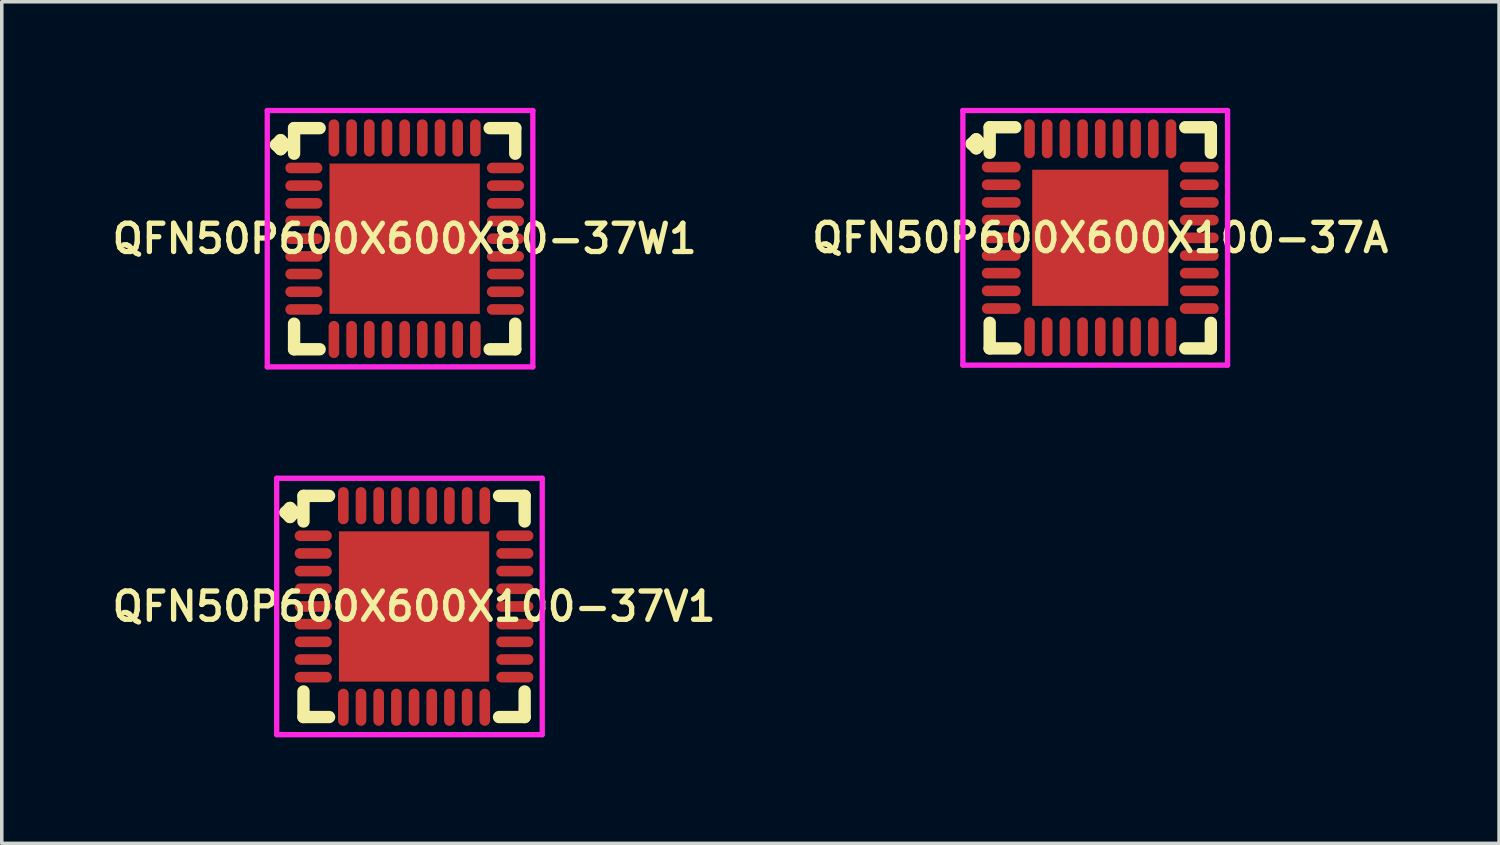
<source format=kicad_pcb>
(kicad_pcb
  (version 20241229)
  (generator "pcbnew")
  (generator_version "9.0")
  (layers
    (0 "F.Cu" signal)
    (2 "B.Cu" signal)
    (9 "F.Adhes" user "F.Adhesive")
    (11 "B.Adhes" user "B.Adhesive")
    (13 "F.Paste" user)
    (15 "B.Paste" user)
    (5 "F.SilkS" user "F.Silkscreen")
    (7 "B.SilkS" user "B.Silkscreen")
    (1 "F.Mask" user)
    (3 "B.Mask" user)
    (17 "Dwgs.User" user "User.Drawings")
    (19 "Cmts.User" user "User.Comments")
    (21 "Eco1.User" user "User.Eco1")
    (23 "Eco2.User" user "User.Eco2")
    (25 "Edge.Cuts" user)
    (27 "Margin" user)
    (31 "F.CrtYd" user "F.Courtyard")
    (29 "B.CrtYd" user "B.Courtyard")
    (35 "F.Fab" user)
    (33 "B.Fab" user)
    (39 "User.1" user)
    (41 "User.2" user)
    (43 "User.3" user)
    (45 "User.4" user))
  (footprint "QFN50P600X600X100-37V1"
    (layer "F.Cu")
    (at 8.659 14.1)
    (property "Reference" "QFN50P600X600X100-37V1" (at 0 0 0) (layer "F.SilkS") (effects (font (size 0.8 0.8) (thickness 0.15))))
    (attr smd)
    (fp_line (start -3.635 -2.658) (end -3.508 -2.785) (stroke (width 0.35) (type solid)) (layer "F.SilkS"))
    (fp_line (start -3.508 -2.785) (end -3.381 -2.658) (stroke (width 0.35) (type solid)) (layer "F.SilkS"))
    (fp_line (start -3.508 -2.531) (end -3.635 -2.658) (stroke (width 0.35) (type solid)) (layer "F.SilkS"))
    (fp_line (start -3.381 -2.658) (end -3.508 -2.531) (stroke (width 0.35) (type solid)) (layer "F.SilkS"))
    (fp_line (start -3.127 -3.127) (end -2.404 -3.127) (stroke (width 0.35) (type solid)) (layer "F.SilkS"))
    (fp_line (start -3.127 -2.404) (end -3.127 -3.127) (stroke (width 0.35) (type solid)) (layer "F.SilkS"))
    (fp_line (start -3.127 2.404) (end -3.127 3.127) (stroke (width 0.35) (type solid)) (layer "F.SilkS"))
    (fp_line (start -3.127 3.127) (end -2.404 3.127) (stroke (width 0.35) (type solid)) (layer "F.SilkS"))
    (fp_line (start 2.404 -3.127) (end 3.127 -3.127) (stroke (width 0.35) (type solid)) (layer "F.SilkS"))
    (fp_line (start 2.404 3.127) (end 3.127 3.127) (stroke (width 0.35) (type solid)) (layer "F.SilkS"))
    (fp_line (start 3.127 -3.127) (end 3.127 -2.404) (stroke (width 0.35) (type solid)) (layer "F.SilkS"))
    (fp_line (start 3.127 3.127) (end 3.127 2.404) (stroke (width 0.35) (type solid)) (layer "F.SilkS"))
    (fp_line (start -3.885 -3.625) (end 3.625 -3.625) (stroke (width 0.15) (type solid)) (layer "F.CrtYd"))
    (fp_line (start -3.885 3.625) (end -3.885 -3.625) (stroke (width 0.15) (type solid)) (layer "F.CrtYd"))
    (fp_line (start 3.625 -3.625) (end 3.625 3.625) (stroke (width 0.15) (type solid)) (layer "F.CrtYd"))
    (fp_line (start 3.625 3.625) (end -3.885 3.625) (stroke (width 0.15) (type solid)) (layer "F.CrtYd"))
    (pad "1" smd oval (at -2.85 -2) (size 1.05 0.3) (layers "F.Cu" "F.Mask" "F.Paste"))
    (pad "2" smd oval (at -2.85 -1.5) (size 1.05 0.3) (layers "F.Cu" "F.Mask" "F.Paste"))
    (pad "3" smd oval (at -2.85 -1) (size 1.05 0.3) (layers "F.Cu" "F.Mask" "F.Paste"))
    (pad "4" smd oval (at -2.85 -0.5) (size 1.05 0.3) (layers "F.Cu" "F.Mask" "F.Paste"))
    (pad "5" smd oval (at -2.85 0) (size 1.05 0.3) (layers "F.Cu" "F.Mask" "F.Paste"))
    (pad "6" smd oval (at -2.85 0.5) (size 1.05 0.3) (layers "F.Cu" "F.Mask" "F.Paste"))
    (pad "7" smd oval (at -2.85 1) (size 1.05 0.3) (layers "F.Cu" "F.Mask" "F.Paste"))
    (pad "8" smd oval (at -2.85 1.5) (size 1.05 0.3) (layers "F.Cu" "F.Mask" "F.Paste"))
    (pad "9" smd oval (at -2.85 2) (size 1.05 0.3) (layers "F.Cu" "F.Mask" "F.Paste"))
    (pad "10" smd oval (at -2 2.85) (size 0.3 1.05) (layers "F.Cu" "F.Mask" "F.Paste"))
    (pad "11" smd oval (at -1.5 2.85) (size 0.3 1.05) (layers "F.Cu" "F.Mask" "F.Paste"))
    (pad "12" smd oval (at -1 2.85) (size 0.3 1.05) (layers "F.Cu" "F.Mask" "F.Paste"))
    (pad "13" smd oval (at -0.5 2.85) (size 0.3 1.05) (layers "F.Cu" "F.Mask" "F.Paste"))
    (pad "14" smd oval (at 0 2.85) (size 0.3 1.05) (layers "F.Cu" "F.Mask" "F.Paste"))
    (pad "15" smd oval (at 0.5 2.85) (size 0.3 1.05) (layers "F.Cu" "F.Mask" "F.Paste"))
    (pad "16" smd oval (at 1 2.85) (size 0.3 1.05) (layers "F.Cu" "F.Mask" "F.Paste"))
    (pad "17" smd oval (at 1.5 2.85) (size 0.3 1.05) (layers "F.Cu" "F.Mask" "F.Paste"))
    (pad "18" smd oval (at 2 2.85) (size 0.3 1.05) (layers "F.Cu" "F.Mask" "F.Paste"))
    (pad "19" smd oval (at 2.85 2) (size 1.05 0.3) (layers "F.Cu" "F.Mask" "F.Paste"))
    (pad "20" smd oval (at 2.85 1.5) (size 1.05 0.3) (layers "F.Cu" "F.Mask" "F.Paste"))
    (pad "21" smd oval (at 2.85 1) (size 1.05 0.3) (layers "F.Cu" "F.Mask" "F.Paste"))
    (pad "22" smd oval (at 2.85 0.5) (size 1.05 0.3) (layers "F.Cu" "F.Mask" "F.Paste"))
    (pad "23" smd oval (at 2.85 0) (size 1.05 0.3) (layers "F.Cu" "F.Mask" "F.Paste"))
    (pad "24" smd oval (at 2.85 -0.5) (size 1.05 0.3) (layers "F.Cu" "F.Mask" "F.Paste"))
    (pad "25" smd oval (at 2.85 -1) (size 1.05 0.3) (layers "F.Cu" "F.Mask" "F.Paste"))
    (pad "26" smd oval (at 2.85 -1.5) (size 1.05 0.3) (layers "F.Cu" "F.Mask" "F.Paste"))
    (pad "27" smd oval (at 2.85 -2) (size 1.05 0.3) (layers "F.Cu" "F.Mask" "F.Paste"))
    (pad "28" smd oval (at 2 -2.85) (size 0.3 1.05) (layers "F.Cu" "F.Mask" "F.Paste"))
    (pad "29" smd oval (at 1.5 -2.85) (size 0.3 1.05) (layers "F.Cu" "F.Mask" "F.Paste"))
    (pad "30" smd oval (at 1 -2.85) (size 0.3 1.05) (layers "F.Cu" "F.Mask" "F.Paste"))
    (pad "31" smd oval (at 0.5 -2.85) (size 0.3 1.05) (layers "F.Cu" "F.Mask" "F.Paste"))
    (pad "32" smd oval (at 0 -2.85) (size 0.3 1.05) (layers "F.Cu" "F.Mask" "F.Paste"))
    (pad "33" smd oval (at -0.5 -2.85) (size 0.3 1.05) (layers "F.Cu" "F.Mask" "F.Paste"))
    (pad "34" smd oval (at -1 -2.85) (size 0.3 1.05) (layers "F.Cu" "F.Mask" "F.Paste"))
    (pad "35" smd oval (at -1.5 -2.85) (size 0.3 1.05) (layers "F.Cu" "F.Mask" "F.Paste"))
    (pad "36" smd oval (at -2 -2.85) (size 0.3 1.05) (layers "F.Cu" "F.Mask" "F.Paste"))
    (pad "37" smd rect (at 0 0) (size 4.25 4.25) (layers "F.Cu" "F.Mask" "F.Paste")))
  (footprint "QFN50P600X600X80-37W1"
    (layer "F.Cu")
    (at 8.393 3.7)
    (property "Reference" "QFN50P600X600X80-37W1" (at 0 0 0) (layer "F.SilkS") (effects (font (size 0.8 0.8) (thickness 0.15))))
    (attr through_hole)
    (fp_line (start -3.635 -2.658) (end -3.508 -2.785) (stroke (width 0.35) (type solid)) (layer "F.SilkS"))
    (fp_line (start -3.508 -2.785) (end -3.381 -2.658) (stroke (width 0.35) (type solid)) (layer "F.SilkS"))
    (fp_line (start -3.508 -2.531) (end -3.635 -2.658) (stroke (width 0.35) (type solid)) (layer "F.SilkS"))
    (fp_line (start -3.381 -2.658) (end -3.508 -2.531) (stroke (width 0.35) (type solid)) (layer "F.SilkS"))
    (fp_line (start -3.127 -3.127) (end -2.404 -3.127) (stroke (width 0.35) (type solid)) (layer "F.SilkS"))
    (fp_line (start -3.127 -2.404) (end -3.127 -3.127) (stroke (width 0.35) (type solid)) (layer "F.SilkS"))
    (fp_line (start -3.127 2.404) (end -3.127 3.127) (stroke (width 0.35) (type solid)) (layer "F.SilkS"))
    (fp_line (start -3.127 3.127) (end -2.404 3.127) (stroke (width 0.35) (type solid)) (layer "F.SilkS"))
    (fp_line (start 2.404 -3.127) (end 3.127 -3.127) (stroke (width 0.35) (type solid)) (layer "F.SilkS"))
    (fp_line (start 2.404 3.127) (end 3.127 3.127) (stroke (width 0.35) (type solid)) (layer "F.SilkS"))
    (fp_line (start 3.127 -3.127) (end 3.127 -2.404) (stroke (width 0.35) (type solid)) (layer "F.SilkS"))
    (fp_line (start 3.127 3.127) (end 3.127 2.404) (stroke (width 0.35) (type solid)) (layer "F.SilkS"))
    (fp_line (start -3.885 -3.625) (end 3.625 -3.625) (stroke (width 0.15) (type solid)) (layer "F.CrtYd"))
    (fp_line (start -3.885 3.625) (end -3.885 -3.625) (stroke (width 0.15) (type solid)) (layer "F.CrtYd"))
    (fp_line (start 3.625 -3.625) (end 3.625 3.625) (stroke (width 0.15) (type solid)) (layer "F.CrtYd"))
    (fp_line (start 3.625 3.625) (end -3.885 3.625) (stroke (width 0.15) (type solid)) (layer "F.CrtYd"))
    (pad "1" smd oval (at -2.85 -2) (size 1.05 0.3) (layers "F.Cu" "F.Mask" "F.Paste"))
    (pad "2" smd oval (at -2.85 -1.5) (size 1.05 0.3) (layers "F.Cu" "F.Mask" "F.Paste"))
    (pad "3" smd oval (at -2.85 -1) (size 1.05 0.3) (layers "F.Cu" "F.Mask" "F.Paste"))
    (pad "4" smd oval (at -2.85 -0.5) (size 1.05 0.3) (layers "F.Cu" "F.Mask" "F.Paste"))
    (pad "5" smd oval (at -2.85 0) (size 1.05 0.3) (layers "F.Cu" "F.Mask" "F.Paste"))
    (pad "6" smd oval (at -2.85 0.5) (size 1.05 0.3) (layers "F.Cu" "F.Mask" "F.Paste"))
    (pad "7" smd oval (at -2.85 1) (size 1.05 0.3) (layers "F.Cu" "F.Mask" "F.Paste"))
    (pad "8" smd oval (at -2.85 1.5) (size 1.05 0.3) (layers "F.Cu" "F.Mask" "F.Paste"))
    (pad "9" smd oval (at -2.85 2) (size 1.05 0.3) (layers "F.Cu" "F.Mask" "F.Paste"))
    (pad "10" smd oval (at -2 2.85) (size 0.3 1.05) (layers "F.Cu" "F.Mask" "F.Paste"))
    (pad "11" smd oval (at -1.5 2.85) (size 0.3 1.05) (layers "F.Cu" "F.Mask" "F.Paste"))
    (pad "12" smd oval (at -1 2.85) (size 0.3 1.05) (layers "F.Cu" "F.Mask" "F.Paste"))
    (pad "13" smd oval (at -0.5 2.85) (size 0.3 1.05) (layers "F.Cu" "F.Mask" "F.Paste"))
    (pad "14" smd oval (at 0 2.85) (size 0.3 1.05) (layers "F.Cu" "F.Mask" "F.Paste"))
    (pad "15" smd oval (at 0.5 2.85) (size 0.3 1.05) (layers "F.Cu" "F.Mask" "F.Paste"))
    (pad "16" smd oval (at 1 2.85) (size 0.3 1.05) (layers "F.Cu" "F.Mask" "F.Paste"))
    (pad "17" smd oval (at 1.5 2.85) (size 0.3 1.05) (layers "F.Cu" "F.Mask" "F.Paste"))
    (pad "18" smd oval (at 2 2.85) (size 0.3 1.05) (layers "F.Cu" "F.Mask" "F.Paste"))
    (pad "19" smd oval (at 2.85 2) (size 1.05 0.3) (layers "F.Cu" "F.Mask" "F.Paste"))
    (pad "20" smd oval (at 2.85 1.5) (size 1.05 0.3) (layers "F.Cu" "F.Mask" "F.Paste"))
    (pad "21" smd oval (at 2.85 1) (size 1.05 0.3) (layers "F.Cu" "F.Mask" "F.Paste"))
    (pad "22" smd oval (at 2.85 0.5) (size 1.05 0.3) (layers "F.Cu" "F.Mask" "F.Paste"))
    (pad "23" smd oval (at 2.85 0) (size 1.05 0.3) (layers "F.Cu" "F.Mask" "F.Paste"))
    (pad "24" smd oval (at 2.85 -0.5) (size 1.05 0.3) (layers "F.Cu" "F.Mask" "F.Paste"))
    (pad "25" smd oval (at 2.85 -1) (size 1.05 0.3) (layers "F.Cu" "F.Mask" "F.Paste"))
    (pad "26" smd oval (at 2.85 -1.5) (size 1.05 0.3) (layers "F.Cu" "F.Mask" "F.Paste"))
    (pad "27" smd oval (at 2.85 -2) (size 1.05 0.3) (layers "F.Cu" "F.Mask" "F.Paste"))
    (pad "28" smd oval (at 2 -2.85) (size 0.3 1.05) (layers "F.Cu" "F.Mask" "F.Paste"))
    (pad "29" smd oval (at 1.5 -2.85) (size 0.3 1.05) (layers "F.Cu" "F.Mask" "F.Paste"))
    (pad "30" smd oval (at 1 -2.85) (size 0.3 1.05) (layers "F.Cu" "F.Mask" "F.Paste"))
    (pad "31" smd oval (at 0.5 -2.85) (size 0.3 1.05) (layers "F.Cu" "F.Mask" "F.Paste"))
    (pad "32" smd oval (at 0 -2.85) (size 0.3 1.05) (layers "F.Cu" "F.Mask" "F.Paste"))
    (pad "33" smd oval (at -0.5 -2.85) (size 0.3 1.05) (layers "F.Cu" "F.Mask" "F.Paste"))
    (pad "34" smd oval (at -1 -2.85) (size 0.3 1.05) (layers "F.Cu" "F.Mask" "F.Paste"))
    (pad "35" smd oval (at -1.5 -2.85) (size 0.3 1.05) (layers "F.Cu" "F.Mask" "F.Paste"))
    (pad "36" smd oval (at -2 -2.85) (size 0.3 1.05) (layers "F.Cu" "F.Mask" "F.Paste"))
    (pad "37" smd rect (at 0 0) (size 4.25 4.25) (layers "F.Cu" "F.Mask" "F.Paste")))
  (footprint "QFN50P600X600X100-37A"
    (layer "F.Cu")
    (at 28.064 3.675)
    (property "Reference" "QFN50P600X600X100-37A" (at 0 0 0) (layer "F.SilkS") (effects (font (size 0.8 0.8) (thickness 0.15))))
    (attr smd)
    (fp_line (start -3.635 -2.658) (end -3.508 -2.785) (stroke (width 0.35) (type solid)) (layer "F.SilkS"))
    (fp_line (start -3.508 -2.785) (end -3.381 -2.658) (stroke (width 0.35) (type solid)) (layer "F.SilkS"))
    (fp_line (start -3.508 -2.531) (end -3.635 -2.658) (stroke (width 0.35) (type solid)) (layer "F.SilkS"))
    (fp_line (start -3.381 -2.658) (end -3.508 -2.531) (stroke (width 0.35) (type solid)) (layer "F.SilkS"))
    (fp_line (start -3.127 -3.127) (end -2.404 -3.127) (stroke (width 0.35) (type solid)) (layer "F.SilkS"))
    (fp_line (start -3.127 -2.404) (end -3.127 -3.127) (stroke (width 0.35) (type solid)) (layer "F.SilkS"))
    (fp_line (start -3.127 2.404) (end -3.127 3.127) (stroke (width 0.35) (type solid)) (layer "F.SilkS"))
    (fp_line (start -3.127 3.127) (end -2.404 3.127) (stroke (width 0.35) (type solid)) (layer "F.SilkS"))
    (fp_line (start 2.404 -3.127) (end 3.127 -3.127) (stroke (width 0.35) (type solid)) (layer "F.SilkS"))
    (fp_line (start 2.404 3.127) (end 3.127 3.127) (stroke (width 0.35) (type solid)) (layer "F.SilkS"))
    (fp_line (start 3.127 -3.127) (end 3.127 -2.404) (stroke (width 0.35) (type solid)) (layer "F.SilkS"))
    (fp_line (start 3.127 3.127) (end 3.127 2.404) (stroke (width 0.35) (type solid)) (layer "F.SilkS"))
    (fp_line (start -3.885 -3.6) (end 3.6 -3.6) (stroke (width 0.15) (type solid)) (layer "F.CrtYd"))
    (fp_line (start -3.885 3.6) (end -3.885 -3.6) (stroke (width 0.15) (type solid)) (layer "F.CrtYd"))
    (fp_line (start 3.6 -3.6) (end 3.6 3.6) (stroke (width 0.15) (type solid)) (layer "F.CrtYd"))
    (fp_line (start 3.6 3.6) (end -3.885 3.6) (stroke (width 0.15) (type solid)) (layer "F.CrtYd"))
    (pad "1" smd oval (at -2.8 -2) (size 1.1 0.3) (layers "F.Cu" "F.Mask" "F.Paste"))
    (pad "2" smd oval (at -2.8 -1.5) (size 1.1 0.3) (layers "F.Cu" "F.Mask" "F.Paste"))
    (pad "3" smd oval (at -2.8 -1) (size 1.1 0.3) (layers "F.Cu" "F.Mask" "F.Paste"))
    (pad "4" smd oval (at -2.8 -0.5) (size 1.1 0.3) (layers "F.Cu" "F.Mask" "F.Paste"))
    (pad "5" smd oval (at -2.8 0) (size 1.1 0.3) (layers "F.Cu" "F.Mask" "F.Paste"))
    (pad "6" smd oval (at -2.8 0.5) (size 1.1 0.3) (layers "F.Cu" "F.Mask" "F.Paste"))
    (pad "7" smd oval (at -2.8 1) (size 1.1 0.3) (layers "F.Cu" "F.Mask" "F.Paste"))
    (pad "8" smd oval (at -2.8 1.5) (size 1.1 0.3) (layers "F.Cu" "F.Mask" "F.Paste"))
    (pad "9" smd oval (at -2.8 2) (size 1.1 0.3) (layers "F.Cu" "F.Mask" "F.Paste"))
    (pad "10" smd oval (at -2 2.8) (size 0.3 1.1) (layers "F.Cu" "F.Mask" "F.Paste"))
    (pad "11" smd oval (at -1.5 2.8) (size 0.3 1.1) (layers "F.Cu" "F.Mask" "F.Paste"))
    (pad "12" smd oval (at -1 2.8) (size 0.3 1.1) (layers "F.Cu" "F.Mask" "F.Paste"))
    (pad "13" smd oval (at -0.5 2.8) (size 0.3 1.1) (layers "F.Cu" "F.Mask" "F.Paste"))
    (pad "14" smd oval (at 0 2.8) (size 0.3 1.1) (layers "F.Cu" "F.Mask" "F.Paste"))
    (pad "15" smd oval (at 0.5 2.8) (size 0.3 1.1) (layers "F.Cu" "F.Mask" "F.Paste"))
    (pad "16" smd oval (at 1 2.8) (size 0.3 1.1) (layers "F.Cu" "F.Mask" "F.Paste"))
    (pad "17" smd oval (at 1.5 2.8) (size 0.3 1.1) (layers "F.Cu" "F.Mask" "F.Paste"))
    (pad "18" smd oval (at 2 2.8) (size 0.3 1.1) (layers "F.Cu" "F.Mask" "F.Paste"))
    (pad "19" smd oval (at 2.8 2) (size 1.1 0.3) (layers "F.Cu" "F.Mask" "F.Paste"))
    (pad "20" smd oval (at 2.8 1.5) (size 1.1 0.3) (layers "F.Cu" "F.Mask" "F.Paste"))
    (pad "21" smd oval (at 2.8 1) (size 1.1 0.3) (layers "F.Cu" "F.Mask" "F.Paste"))
    (pad "22" smd oval (at 2.8 0.5) (size 1.1 0.3) (layers "F.Cu" "F.Mask" "F.Paste"))
    (pad "23" smd oval (at 2.8 0) (size 1.1 0.3) (layers "F.Cu" "F.Mask" "F.Paste"))
    (pad "24" smd oval (at 2.8 -0.5) (size 1.1 0.3) (layers "F.Cu" "F.Mask" "F.Paste"))
    (pad "25" smd oval (at 2.8 -1) (size 1.1 0.3) (layers "F.Cu" "F.Mask" "F.Paste"))
    (pad "26" smd oval (at 2.8 -1.5) (size 1.1 0.3) (layers "F.Cu" "F.Mask" "F.Paste"))
    (pad "27" smd oval (at 2.8 -2) (size 1.1 0.3) (layers "F.Cu" "F.Mask" "F.Paste"))
    (pad "28" smd oval (at 2 -2.8) (size 0.3 1.1) (layers "F.Cu" "F.Mask" "F.Paste"))
    (pad "29" smd oval (at 1.5 -2.8) (size 0.3 1.1) (layers "F.Cu" "F.Mask" "F.Paste"))
    (pad "30" smd oval (at 1 -2.8) (size 0.3 1.1) (layers "F.Cu" "F.Mask" "F.Paste"))
    (pad "31" smd oval (at 0.5 -2.8) (size 0.3 1.1) (layers "F.Cu" "F.Mask" "F.Paste"))
    (pad "32" smd oval (at 0 -2.8) (size 0.3 1.1) (layers "F.Cu" "F.Mask" "F.Paste"))
    (pad "33" smd oval (at -0.5 -2.8) (size 0.3 1.1) (layers "F.Cu" "F.Mask" "F.Paste"))
    (pad "34" smd oval (at -1 -2.8) (size 0.3 1.1) (layers "F.Cu" "F.Mask" "F.Paste"))
    (pad "35" smd oval (at -1.5 -2.8) (size 0.3 1.1) (layers "F.Cu" "F.Mask" "F.Paste"))
    (pad "36" smd oval (at -2 -2.8) (size 0.3 1.1) (layers "F.Cu" "F.Mask" "F.Paste"))
    (pad "37" smd rect (at 0 0) (size 3.85 3.85) (layers "F.Cu" "F.Mask" "F.Paste")))
  (gr_rect
    (start -3 -3)
    (end 39.342 20.8)
    (stroke (width 0.1) (type default))
    (fill no)
    (layer "Edge.Cuts")))
</source>
